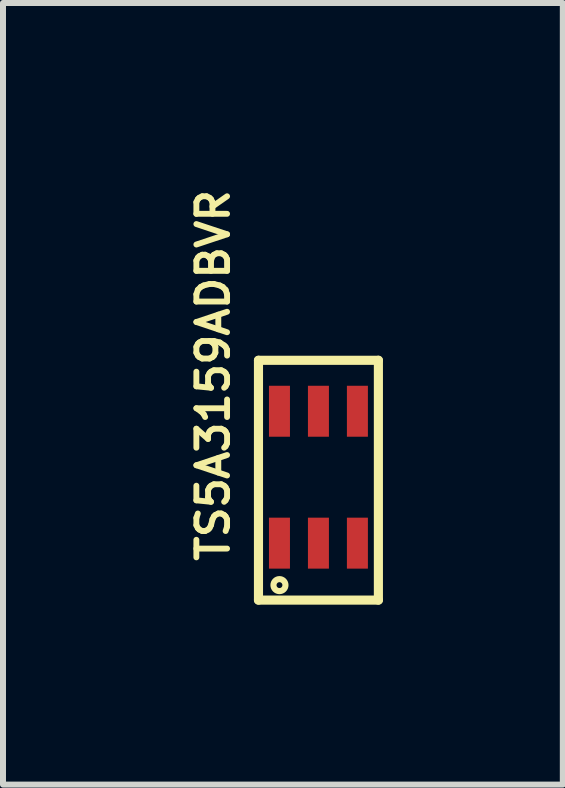
<source format=kicad_pcb>
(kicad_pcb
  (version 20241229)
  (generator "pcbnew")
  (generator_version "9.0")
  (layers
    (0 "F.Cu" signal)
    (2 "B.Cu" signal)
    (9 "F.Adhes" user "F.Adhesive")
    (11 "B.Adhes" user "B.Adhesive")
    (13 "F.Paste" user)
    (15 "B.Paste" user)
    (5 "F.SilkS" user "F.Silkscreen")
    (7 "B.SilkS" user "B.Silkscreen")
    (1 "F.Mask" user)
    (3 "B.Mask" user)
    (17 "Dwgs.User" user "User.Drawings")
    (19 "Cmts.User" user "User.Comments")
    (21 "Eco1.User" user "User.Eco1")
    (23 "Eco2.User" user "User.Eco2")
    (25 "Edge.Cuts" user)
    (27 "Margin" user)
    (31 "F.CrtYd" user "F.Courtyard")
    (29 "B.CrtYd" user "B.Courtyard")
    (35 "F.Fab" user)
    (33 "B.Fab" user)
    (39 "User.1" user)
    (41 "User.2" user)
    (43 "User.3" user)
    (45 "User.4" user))
  (footprint "TS5A3159ADBVR"
    (layer "F.Cu")
    (at 1.611 6.009)
    (property "Reference" "TS5A3159ADBVR" (at -0.806 0.35 90) (unlocked yes) (layer "F.SilkS") (effects (font (size 0.512 0.512) (thickness 0.098)) (justify left bottom)))
    (fp_line (start -0.35 -3.05) (end 1.65 -3.05) (stroke (width 0.152) (type solid)) (layer "F.SilkS"))
    (fp_line (start -0.35 0.95) (end -0.35 -3.05) (stroke (width 0.152) (type solid)) (layer "F.SilkS"))
    (fp_line (start 1.65 -3.05) (end 1.65 0.95) (stroke (width 0.152) (type solid)) (layer "F.SilkS"))
    (fp_line (start 1.65 0.95) (end -0.35 0.95) (stroke (width 0.152) (type solid)) (layer "F.SilkS"))
    (fp_circle (center 0 0.7) (end 0.1 0.7) (stroke (width 0.102) (type solid)) (fill no) (layer "F.SilkS"))
    (pad "1" smd rect (at 0 0) (size 0.35 0.85) (layers "F.Cu" "F.Mask" "F.Paste"))
    (pad "2" smd rect (at 0.65 0) (size 0.35 0.85) (layers "F.Cu" "F.Mask" "F.Paste"))
    (pad "3" smd rect (at 1.3 0) (size 0.35 0.85) (layers "F.Cu" "F.Mask" "F.Paste"))
    (pad "4" smd rect (at 1.3 -2.2) (size 0.35 0.85) (layers "F.Cu" "F.Mask" "F.Paste"))
    (pad "5" smd rect (at 0.65 -2.2) (size 0.35 0.85) (layers "F.Cu" "F.Mask" "F.Paste"))
    (pad "6" smd rect (at 0 -2.2) (size 0.35 0.85) (layers "F.Cu" "F.Mask" "F.Paste")))
  (gr_rect
    (start -3 -3)
    (end 6.337 10.036)
    (stroke (width 0.1) (type default))
    (fill no)
    (layer "Edge.Cuts")))
</source>
